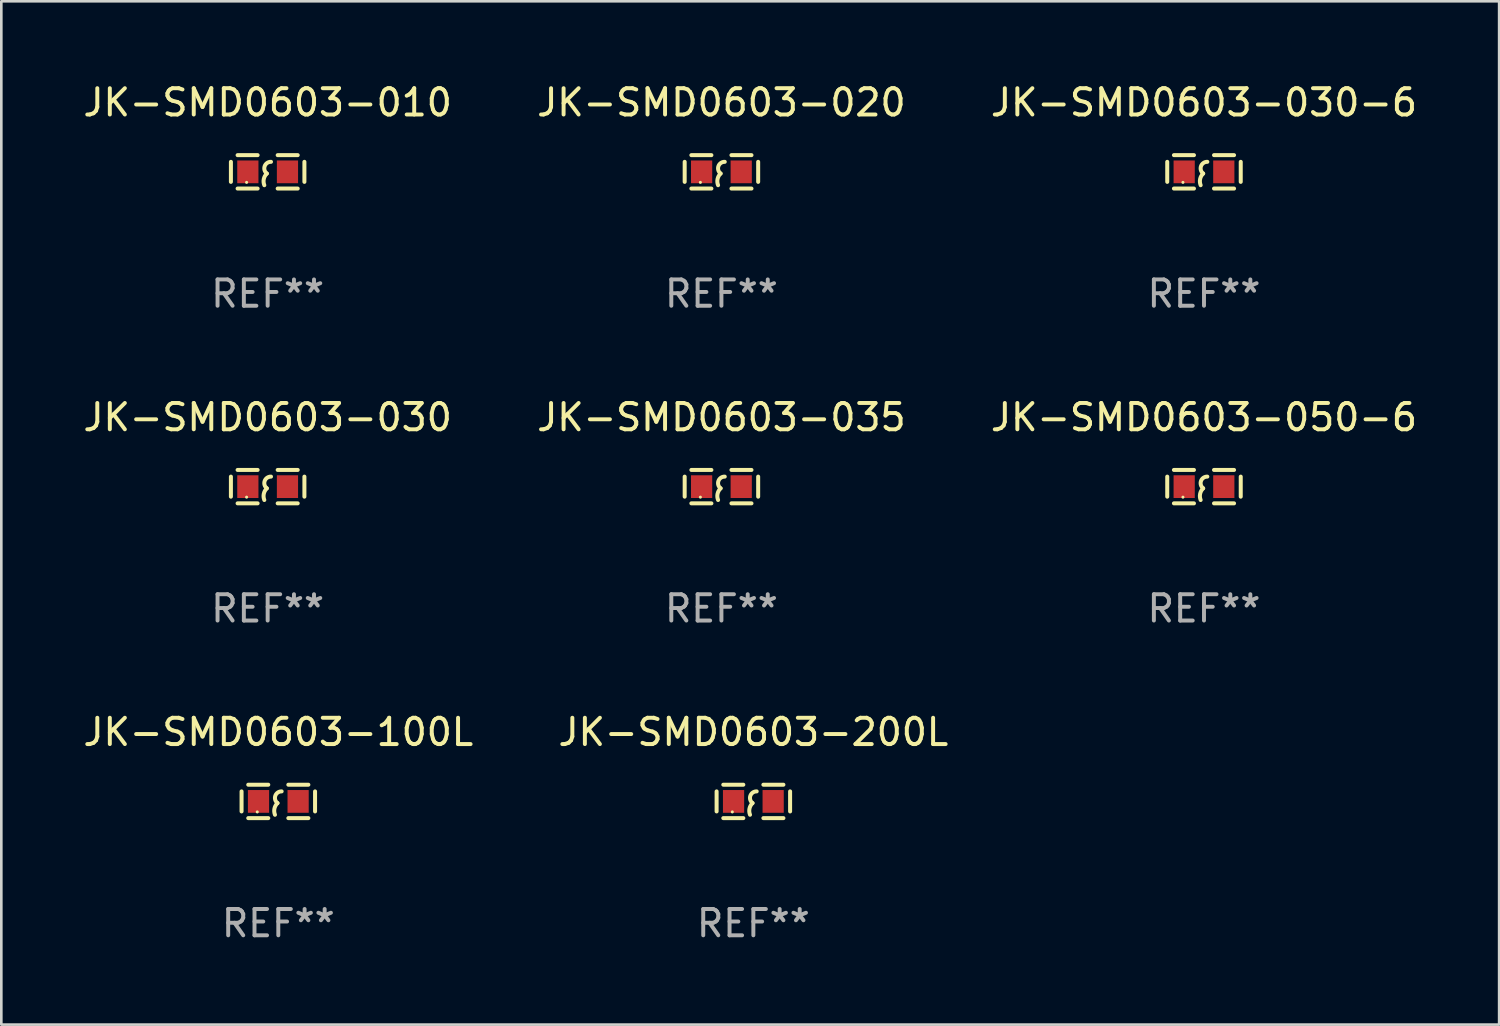
<source format=kicad_pcb>
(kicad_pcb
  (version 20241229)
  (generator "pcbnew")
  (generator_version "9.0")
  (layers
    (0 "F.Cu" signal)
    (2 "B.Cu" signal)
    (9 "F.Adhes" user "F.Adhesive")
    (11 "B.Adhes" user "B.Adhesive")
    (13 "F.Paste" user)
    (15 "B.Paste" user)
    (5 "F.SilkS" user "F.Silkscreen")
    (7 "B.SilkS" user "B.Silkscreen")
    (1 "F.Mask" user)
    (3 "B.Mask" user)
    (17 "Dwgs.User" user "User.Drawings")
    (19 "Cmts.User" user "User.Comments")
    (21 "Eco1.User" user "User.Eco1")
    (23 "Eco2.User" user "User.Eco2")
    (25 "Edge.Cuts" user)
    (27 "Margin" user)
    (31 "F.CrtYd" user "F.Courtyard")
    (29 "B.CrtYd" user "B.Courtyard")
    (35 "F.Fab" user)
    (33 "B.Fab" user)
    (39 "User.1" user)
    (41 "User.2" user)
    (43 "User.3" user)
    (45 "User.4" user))
  (footprint "JK-SMD0603-200L"
    (layer "F.Cu")
    (at 25.589 27.416)
    (property "Reference" "JK-SMD0603-200L" (at 0 -2.635 0) (layer "F.SilkS") (effects (font (size 1 1) (thickness 0.15))))
    (attr through_hole)
    (fp_line (start -1.397 -0.381) (end -1.397 0.381) (stroke (width 0.152) (type solid)) (layer "F.SilkS"))
    (fp_line (start -0.381 -0.635) (end -1.143 -0.635) (stroke (width 0.152) (type solid)) (layer "F.SilkS"))
    (fp_line (start -0.381 0.635) (end -1.143 0.635) (stroke (width 0.152) (type solid)) (layer "F.SilkS"))
    (fp_line (start 0.381 -0.635) (end 1.143 -0.635) (stroke (width 0.152) (type solid)) (layer "F.SilkS"))
    (fp_line (start 0.381 0.635) (end 1.143 0.635) (stroke (width 0.152) (type solid)) (layer "F.SilkS"))
    (fp_line (start 1.397 -0.381) (end 1.397 0.381) (stroke (width 0.152) (type solid)) (layer "F.SilkS"))
    (fp_arc (start -0.127 0.508001) (mid -0.146523 0.271131) (end -0.030861 0.0635) (stroke (width 0.151994) (type solid)) (layer "F.SilkS"))
    (fp_arc (start -0.03175 0.0635) (mid -0.113571 -0.216321) (end 0.127001 -0.381002) (stroke (width 0.151994) (type solid)) (layer "F.SilkS"))
    (fp_circle (center -0.8 0.4) (end -0.77 0.4) (stroke (width 0.06) (type solid)) (fill no) (layer "F.SilkS"))
    (fp_text user "REF**" (at 0 4.635 0) (layer "F.Fab") (effects (font (size 1 1) (thickness 0.15))))
    (pad "1" smd rect (at -0.753 0) (size 0.806 0.864) (layers "F.Cu" "F.Mask" "F.Paste"))
    (pad "2" smd rect (at 0.753 0) (size 0.806 0.864) (layers "F.Cu" "F.Mask" "F.Paste")))
  (footprint "JK-SMD0603-030-6"
    (layer "F.Cu")
    (at 42.72 3.483)
    (property "Reference" "JK-SMD0603-030-6" (at 0 -2.635 0) (layer "F.SilkS") (effects (font (size 1 1) (thickness 0.15))))
    (attr through_hole)
    (fp_line (start -1.397 -0.381) (end -1.397 0.381) (stroke (width 0.152) (type solid)) (layer "F.SilkS"))
    (fp_line (start -0.381 -0.635) (end -1.143 -0.635) (stroke (width 0.152) (type solid)) (layer "F.SilkS"))
    (fp_line (start -0.381 0.635) (end -1.143 0.635) (stroke (width 0.152) (type solid)) (layer "F.SilkS"))
    (fp_line (start 0.381 -0.635) (end 1.143 -0.635) (stroke (width 0.152) (type solid)) (layer "F.SilkS"))
    (fp_line (start 0.381 0.635) (end 1.143 0.635) (stroke (width 0.152) (type solid)) (layer "F.SilkS"))
    (fp_line (start 1.397 -0.381) (end 1.397 0.381) (stroke (width 0.152) (type solid)) (layer "F.SilkS"))
    (fp_arc (start -0.127 0.508001) (mid -0.146523 0.271131) (end -0.030861 0.0635) (stroke (width 0.151994) (type solid)) (layer "F.SilkS"))
    (fp_arc (start -0.03175 0.0635) (mid -0.113571 -0.216321) (end 0.127001 -0.381002) (stroke (width 0.151994) (type solid)) (layer "F.SilkS"))
    (fp_circle (center -0.8 0.4) (end -0.77 0.4) (stroke (width 0.06) (type solid)) (fill no) (layer "F.SilkS"))
    (fp_text user "REF**" (at 0 4.635 0) (layer "F.Fab") (effects (font (size 1 1) (thickness 0.15))))
    (pad "1" smd rect (at -0.753 0) (size 0.806 0.864) (layers "F.Cu" "F.Mask" "F.Paste"))
    (pad "2" smd rect (at 0.753 0) (size 0.806 0.864) (layers "F.Cu" "F.Mask" "F.Paste")))
  (footprint "JK-SMD0603-010"
    (layer "F.Cu")
    (at 7.125 3.483)
    (property "Reference" "JK-SMD0603-010" (at 0 -2.635 0) (layer "F.SilkS") (effects (font (size 1 1) (thickness 0.15))))
    (attr through_hole)
    (fp_line (start -1.397 -0.381) (end -1.397 0.381) (stroke (width 0.152) (type solid)) (layer "F.SilkS"))
    (fp_line (start -0.381 -0.635) (end -1.143 -0.635) (stroke (width 0.152) (type solid)) (layer "F.SilkS"))
    (fp_line (start -0.381 0.635) (end -1.143 0.635) (stroke (width 0.152) (type solid)) (layer "F.SilkS"))
    (fp_line (start 0.381 -0.635) (end 1.143 -0.635) (stroke (width 0.152) (type solid)) (layer "F.SilkS"))
    (fp_line (start 0.381 0.635) (end 1.143 0.635) (stroke (width 0.152) (type solid)) (layer "F.SilkS"))
    (fp_line (start 1.397 -0.381) (end 1.397 0.381) (stroke (width 0.152) (type solid)) (layer "F.SilkS"))
    (fp_arc (start -0.127 0.508001) (mid -0.146523 0.271131) (end -0.030861 0.0635) (stroke (width 0.151994) (type solid)) (layer "F.SilkS"))
    (fp_arc (start -0.03175 0.0635) (mid -0.113571 -0.216321) (end 0.127001 -0.381002) (stroke (width 0.151994) (type solid)) (layer "F.SilkS"))
    (fp_circle (center -0.8 0.4) (end -0.77 0.4) (stroke (width 0.06) (type solid)) (fill no) (layer "F.SilkS"))
    (fp_text user "REF**" (at 0 4.635 0) (layer "F.Fab") (effects (font (size 1 1) (thickness 0.15))))
    (pad "1" smd rect (at -0.753 0) (size 0.806 0.864) (layers "F.Cu" "F.Mask" "F.Paste"))
    (pad "2" smd rect (at 0.753 0) (size 0.806 0.864) (layers "F.Cu" "F.Mask" "F.Paste")))
  (footprint "JK-SMD0603-100L"
    (layer "F.Cu")
    (at 7.53 27.416)
    (property "Reference" "JK-SMD0603-100L" (at 0 -2.635 0) (layer "F.SilkS") (effects (font (size 1 1) (thickness 0.15))))
    (attr through_hole)
    (fp_line (start -1.397 -0.381) (end -1.397 0.381) (stroke (width 0.152) (type solid)) (layer "F.SilkS"))
    (fp_line (start -0.381 -0.635) (end -1.143 -0.635) (stroke (width 0.152) (type solid)) (layer "F.SilkS"))
    (fp_line (start -0.381 0.635) (end -1.143 0.635) (stroke (width 0.152) (type solid)) (layer "F.SilkS"))
    (fp_line (start 0.381 -0.635) (end 1.143 -0.635) (stroke (width 0.152) (type solid)) (layer "F.SilkS"))
    (fp_line (start 0.381 0.635) (end 1.143 0.635) (stroke (width 0.152) (type solid)) (layer "F.SilkS"))
    (fp_line (start 1.397 -0.381) (end 1.397 0.381) (stroke (width 0.152) (type solid)) (layer "F.SilkS"))
    (fp_arc (start -0.127 0.508001) (mid -0.146523 0.271131) (end -0.030861 0.0635) (stroke (width 0.151994) (type solid)) (layer "F.SilkS"))
    (fp_arc (start -0.03175 0.0635) (mid -0.113571 -0.216321) (end 0.127001 -0.381002) (stroke (width 0.151994) (type solid)) (layer "F.SilkS"))
    (fp_circle (center -0.8 0.4) (end -0.77 0.4) (stroke (width 0.06) (type solid)) (fill no) (layer "F.SilkS"))
    (fp_text user "REF**" (at 0 4.635 0) (layer "F.Fab") (effects (font (size 1 1) (thickness 0.15))))
    (pad "1" smd rect (at -0.753 0) (size 0.806 0.864) (layers "F.Cu" "F.Mask" "F.Paste"))
    (pad "2" smd rect (at 0.753 0) (size 0.806 0.864) (layers "F.Cu" "F.Mask" "F.Paste")))
  (footprint "JK-SMD0603-030"
    (layer "F.Cu")
    (at 7.125 15.45)
    (property "Reference" "JK-SMD0603-030" (at 0 -2.635 0) (layer "F.SilkS") (effects (font (size 1 1) (thickness 0.15))))
    (attr through_hole)
    (fp_line (start -1.397 -0.381) (end -1.397 0.381) (stroke (width 0.152) (type solid)) (layer "F.SilkS"))
    (fp_line (start -0.381 -0.635) (end -1.143 -0.635) (stroke (width 0.152) (type solid)) (layer "F.SilkS"))
    (fp_line (start -0.381 0.635) (end -1.143 0.635) (stroke (width 0.152) (type solid)) (layer "F.SilkS"))
    (fp_line (start 0.381 -0.635) (end 1.143 -0.635) (stroke (width 0.152) (type solid)) (layer "F.SilkS"))
    (fp_line (start 0.381 0.635) (end 1.143 0.635) (stroke (width 0.152) (type solid)) (layer "F.SilkS"))
    (fp_line (start 1.397 -0.381) (end 1.397 0.381) (stroke (width 0.152) (type solid)) (layer "F.SilkS"))
    (fp_arc (start -0.127 0.508001) (mid -0.146523 0.271131) (end -0.030861 0.0635) (stroke (width 0.151994) (type solid)) (layer "F.SilkS"))
    (fp_arc (start -0.03175 0.0635) (mid -0.113571 -0.216321) (end 0.127001 -0.381002) (stroke (width 0.151994) (type solid)) (layer "F.SilkS"))
    (fp_circle (center -0.8 0.4) (end -0.77 0.4) (stroke (width 0.06) (type solid)) (fill no) (layer "F.SilkS"))
    (fp_text user "REF**" (at 0 4.635 0) (layer "F.Fab") (effects (font (size 1 1) (thickness 0.15))))
    (pad "1" smd rect (at -0.753 0) (size 0.806 0.864) (layers "F.Cu" "F.Mask" "F.Paste"))
    (pad "2" smd rect (at 0.753 0) (size 0.806 0.864) (layers "F.Cu" "F.Mask" "F.Paste")))
  (footprint "JK-SMD0603-035"
    (layer "F.Cu")
    (at 24.375 15.45)
    (property "Reference" "JK-SMD0603-035" (at 0 -2.635 0) (layer "F.SilkS") (effects (font (size 1 1) (thickness 0.15))))
    (attr through_hole)
    (fp_line (start -1.397 -0.381) (end -1.397 0.381) (stroke (width 0.152) (type solid)) (layer "F.SilkS"))
    (fp_line (start -0.381 -0.635) (end -1.143 -0.635) (stroke (width 0.152) (type solid)) (layer "F.SilkS"))
    (fp_line (start -0.381 0.635) (end -1.143 0.635) (stroke (width 0.152) (type solid)) (layer "F.SilkS"))
    (fp_line (start 0.381 -0.635) (end 1.143 -0.635) (stroke (width 0.152) (type solid)) (layer "F.SilkS"))
    (fp_line (start 0.381 0.635) (end 1.143 0.635) (stroke (width 0.152) (type solid)) (layer "F.SilkS"))
    (fp_line (start 1.397 -0.381) (end 1.397 0.381) (stroke (width 0.152) (type solid)) (layer "F.SilkS"))
    (fp_arc (start -0.127 0.508001) (mid -0.146523 0.271131) (end -0.030861 0.0635) (stroke (width 0.151994) (type solid)) (layer "F.SilkS"))
    (fp_arc (start -0.03175 0.0635) (mid -0.113571 -0.216321) (end 0.127001 -0.381002) (stroke (width 0.151994) (type solid)) (layer "F.SilkS"))
    (fp_circle (center -0.8 0.4) (end -0.77 0.4) (stroke (width 0.06) (type solid)) (fill no) (layer "F.SilkS"))
    (fp_text user "REF**" (at 0 4.635 0) (layer "F.Fab") (effects (font (size 1 1) (thickness 0.15))))
    (pad "1" smd rect (at -0.753 0) (size 0.806 0.864) (layers "F.Cu" "F.Mask" "F.Paste"))
    (pad "2" smd rect (at 0.753 0) (size 0.806 0.864) (layers "F.Cu" "F.Mask" "F.Paste")))
  (footprint "JK-SMD0603-050-6"
    (layer "F.Cu")
    (at 42.72 15.45)
    (property "Reference" "JK-SMD0603-050-6" (at 0 -2.635 0) (layer "F.SilkS") (effects (font (size 1 1) (thickness 0.15))))
    (attr through_hole)
    (fp_line (start -1.397 -0.381) (end -1.397 0.381) (stroke (width 0.152) (type solid)) (layer "F.SilkS"))
    (fp_line (start -0.381 -0.635) (end -1.143 -0.635) (stroke (width 0.152) (type solid)) (layer "F.SilkS"))
    (fp_line (start -0.381 0.635) (end -1.143 0.635) (stroke (width 0.152) (type solid)) (layer "F.SilkS"))
    (fp_line (start 0.381 -0.635) (end 1.143 -0.635) (stroke (width 0.152) (type solid)) (layer "F.SilkS"))
    (fp_line (start 0.381 0.635) (end 1.143 0.635) (stroke (width 0.152) (type solid)) (layer "F.SilkS"))
    (fp_line (start 1.397 -0.381) (end 1.397 0.381) (stroke (width 0.152) (type solid)) (layer "F.SilkS"))
    (fp_arc (start -0.127 0.508001) (mid -0.146523 0.271131) (end -0.030861 0.0635) (stroke (width 0.151994) (type solid)) (layer "F.SilkS"))
    (fp_arc (start -0.03175 0.0635) (mid -0.113571 -0.216321) (end 0.127001 -0.381002) (stroke (width 0.151994) (type solid)) (layer "F.SilkS"))
    (fp_circle (center -0.8 0.4) (end -0.77 0.4) (stroke (width 0.06) (type solid)) (fill no) (layer "F.SilkS"))
    (fp_text user "REF**" (at 0 4.635 0) (layer "F.Fab") (effects (font (size 1 1) (thickness 0.15))))
    (pad "1" smd rect (at -0.753 0) (size 0.806 0.864) (layers "F.Cu" "F.Mask" "F.Paste"))
    (pad "2" smd rect (at 0.753 0) (size 0.806 0.864) (layers "F.Cu" "F.Mask" "F.Paste")))
  (footprint "JK-SMD0603-020"
    (layer "F.Cu")
    (at 24.375 3.483)
    (property "Reference" "JK-SMD0603-020" (at 0 -2.635 0) (layer "F.SilkS") (effects (font (size 1 1) (thickness 0.15))))
    (attr through_hole)
    (fp_line (start -1.397 -0.381) (end -1.397 0.381) (stroke (width 0.152) (type solid)) (layer "F.SilkS"))
    (fp_line (start -0.381 -0.635) (end -1.143 -0.635) (stroke (width 0.152) (type solid)) (layer "F.SilkS"))
    (fp_line (start -0.381 0.635) (end -1.143 0.635) (stroke (width 0.152) (type solid)) (layer "F.SilkS"))
    (fp_line (start 0.381 -0.635) (end 1.143 -0.635) (stroke (width 0.152) (type solid)) (layer "F.SilkS"))
    (fp_line (start 0.381 0.635) (end 1.143 0.635) (stroke (width 0.152) (type solid)) (layer "F.SilkS"))
    (fp_line (start 1.397 -0.381) (end 1.397 0.381) (stroke (width 0.152) (type solid)) (layer "F.SilkS"))
    (fp_arc (start -0.127 0.508001) (mid -0.146523 0.271131) (end -0.030861 0.0635) (stroke (width 0.151994) (type solid)) (layer "F.SilkS"))
    (fp_arc (start -0.03175 0.0635) (mid -0.113571 -0.216321) (end 0.127001 -0.381002) (stroke (width 0.151994) (type solid)) (layer "F.SilkS"))
    (fp_circle (center -0.8 0.4) (end -0.77 0.4) (stroke (width 0.06) (type solid)) (fill no) (layer "F.SilkS"))
    (fp_text user "REF**" (at 0 4.635 0) (layer "F.Fab") (effects (font (size 1 1) (thickness 0.15))))
    (pad "1" smd rect (at -0.753 0) (size 0.806 0.864) (layers "F.Cu" "F.Mask" "F.Paste"))
    (pad "2" smd rect (at 0.753 0) (size 0.806 0.864) (layers "F.Cu" "F.Mask" "F.Paste")))
  (gr_rect
    (start -3 -3)
    (end 53.94 35.9)
    (stroke (width 0.1) (type default))
    (fill no)
    (layer "Edge.Cuts")))
</source>
